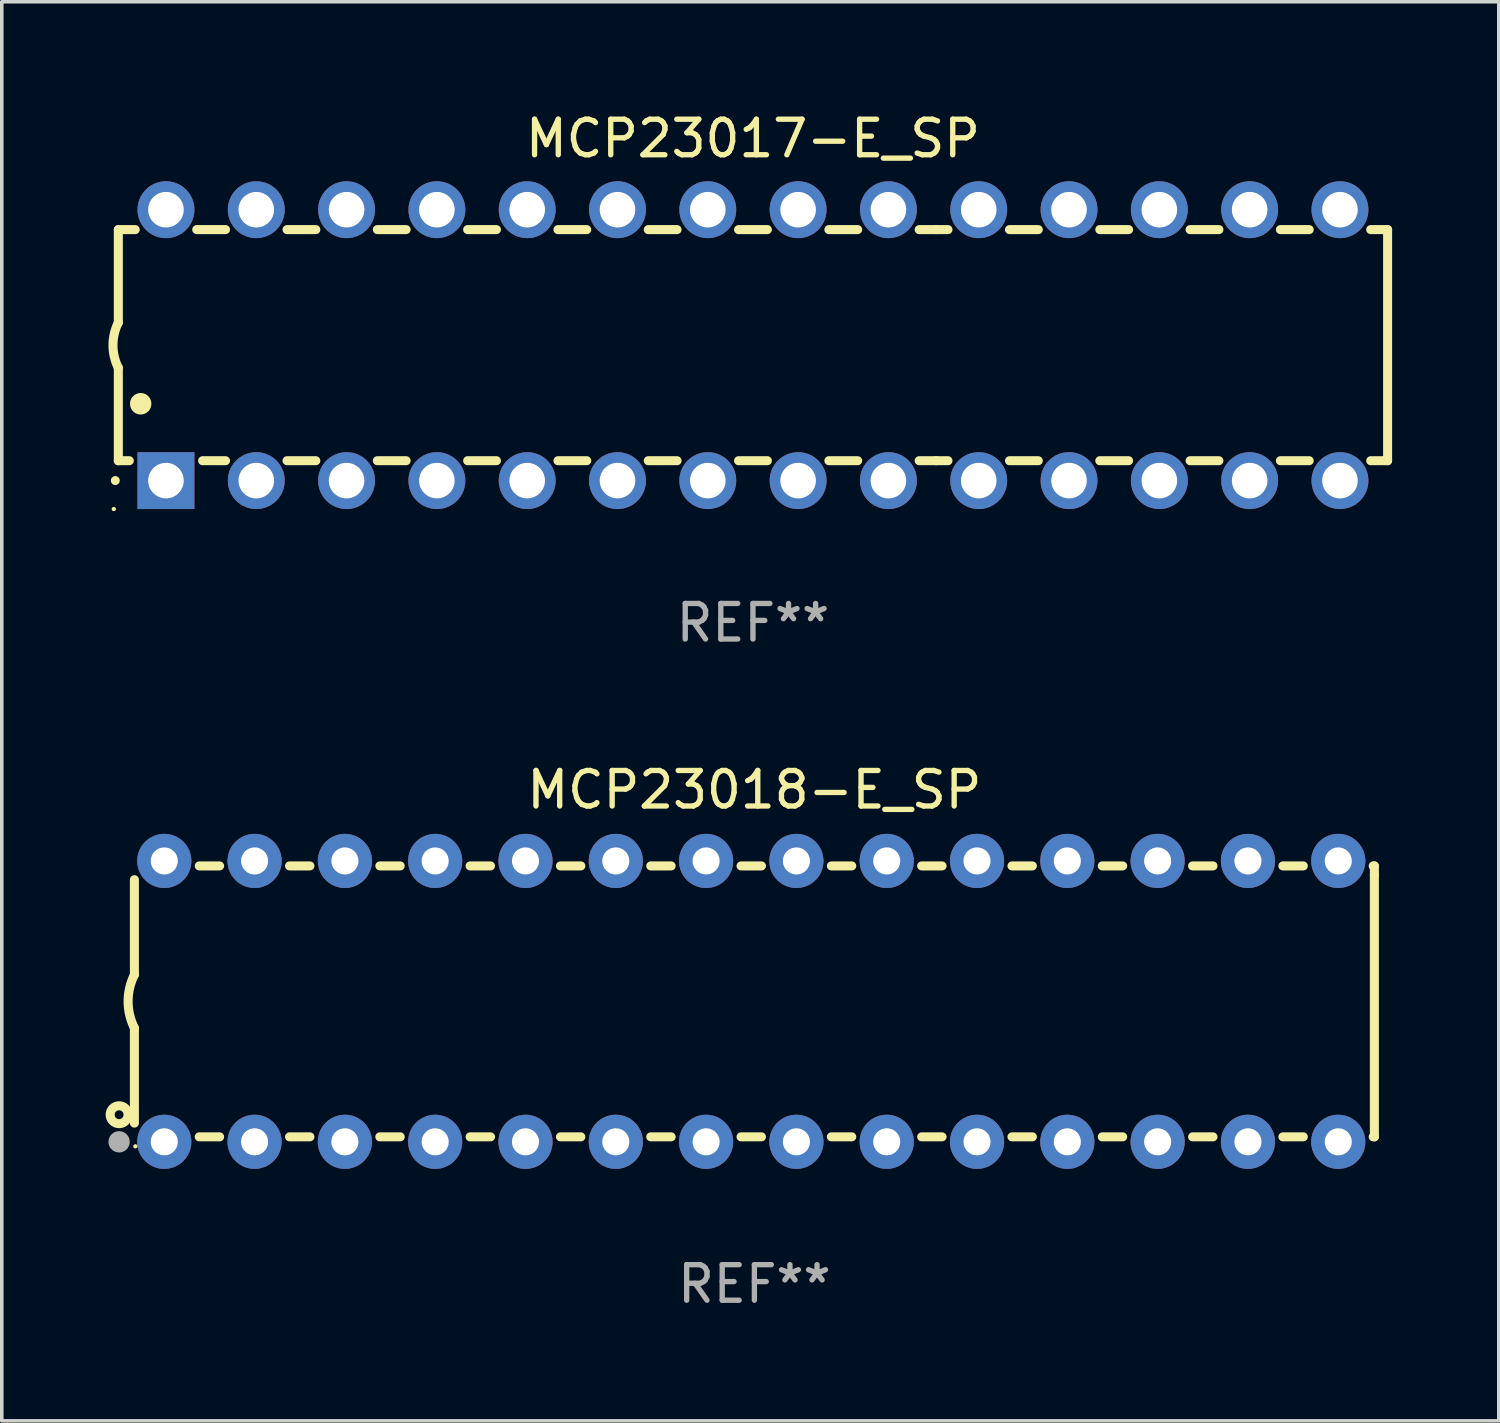
<source format=kicad_pcb>
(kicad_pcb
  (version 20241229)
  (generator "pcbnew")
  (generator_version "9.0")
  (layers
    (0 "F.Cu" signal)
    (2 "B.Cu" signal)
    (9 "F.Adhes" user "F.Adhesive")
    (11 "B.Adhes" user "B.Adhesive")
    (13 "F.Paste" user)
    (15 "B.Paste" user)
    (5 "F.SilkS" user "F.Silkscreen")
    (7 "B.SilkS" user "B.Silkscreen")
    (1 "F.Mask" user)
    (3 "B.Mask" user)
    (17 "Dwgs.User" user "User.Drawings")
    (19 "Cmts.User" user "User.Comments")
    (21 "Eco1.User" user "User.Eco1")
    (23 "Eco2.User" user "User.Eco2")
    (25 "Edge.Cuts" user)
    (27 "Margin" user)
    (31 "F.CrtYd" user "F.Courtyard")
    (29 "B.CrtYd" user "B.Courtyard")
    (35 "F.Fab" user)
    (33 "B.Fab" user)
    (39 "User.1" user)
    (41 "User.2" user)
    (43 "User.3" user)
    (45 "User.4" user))
  (footprint "MCP23017-E_SP"
    (layer "F.Cu")
    (at 18.128 6.658)
    (property "Reference" "MCP23017-E_SP" (at 0 -5.81 0) (layer "F.SilkS") (effects (font (size 1 1) (thickness 0.15))))
    (attr through_hole)
    (fp_line (start -17.85 -3.25) (end -17.85 -0.635) (stroke (width 0.254) (type solid)) (layer "F.SilkS"))
    (fp_line (start -17.85 3.25) (end -17.85 0.635) (stroke (width 0.254) (type solid)) (layer "F.SilkS"))
    (fp_line (start -17.85 3.25) (end -17.541 3.25) (stroke (width 0.254) (type solid)) (layer "F.SilkS"))
    (fp_line (start -17.375 -3.25) (end -17.85 -3.25) (stroke (width 0.254) (type solid)) (layer "F.SilkS"))
    (fp_line (start -15.479 3.25) (end -14.835 3.25) (stroke (width 0.254) (type solid)) (layer "F.SilkS"))
    (fp_line (start -14.835 -3.25) (end -15.645 -3.25) (stroke (width 0.254) (type solid)) (layer "F.SilkS"))
    (fp_line (start -13.105 3.25) (end -12.295 3.25) (stroke (width 0.254) (type solid)) (layer "F.SilkS"))
    (fp_line (start -12.295 -3.25) (end -13.105 -3.25) (stroke (width 0.254) (type solid)) (layer "F.SilkS"))
    (fp_line (start -10.565 3.25) (end -9.755 3.25) (stroke (width 0.254) (type solid)) (layer "F.SilkS"))
    (fp_line (start -9.755 -3.25) (end -10.565 -3.25) (stroke (width 0.254) (type solid)) (layer "F.SilkS"))
    (fp_line (start -8.025 3.25) (end -7.215 3.25) (stroke (width 0.254) (type solid)) (layer "F.SilkS"))
    (fp_line (start -7.215 -3.25) (end -8.025 -3.25) (stroke (width 0.254) (type solid)) (layer "F.SilkS"))
    (fp_line (start -5.485 3.25) (end -4.675 3.25) (stroke (width 0.254) (type solid)) (layer "F.SilkS"))
    (fp_line (start -4.675 -3.25) (end -5.485 -3.25) (stroke (width 0.254) (type solid)) (layer "F.SilkS"))
    (fp_line (start -2.945 3.25) (end -2.135 3.25) (stroke (width 0.254) (type solid)) (layer "F.SilkS"))
    (fp_line (start -2.135 -3.25) (end -2.945 -3.25) (stroke (width 0.254) (type solid)) (layer "F.SilkS"))
    (fp_line (start -0.405 3.25) (end 0.405 3.25) (stroke (width 0.254) (type solid)) (layer "F.SilkS"))
    (fp_line (start 0.405 -3.25) (end -0.405 -3.25) (stroke (width 0.254) (type solid)) (layer "F.SilkS"))
    (fp_line (start 2.135 3.25) (end 2.945 3.25) (stroke (width 0.254) (type solid)) (layer "F.SilkS"))
    (fp_line (start 2.945 -3.25) (end 2.135 -3.25) (stroke (width 0.254) (type solid)) (layer "F.SilkS"))
    (fp_line (start 4.675 3.25) (end 5.15 3.25) (stroke (width 0.254) (type solid)) (layer "F.SilkS"))
    (fp_line (start 5.15 -3.25) (end 4.675 -3.25) (stroke (width 0.254) (type solid)) (layer "F.SilkS"))
    (fp_line (start 5.15 -3.25) (end 5.485 -3.25) (stroke (width 0.254) (type solid)) (layer "F.SilkS"))
    (fp_line (start 5.15 3.25) (end 5.485 3.25) (stroke (width 0.254) (type solid)) (layer "F.SilkS"))
    (fp_line (start 7.215 -3.25) (end 8.025 -3.25) (stroke (width 0.254) (type solid)) (layer "F.SilkS"))
    (fp_line (start 7.215 3.25) (end 8.025 3.25) (stroke (width 0.254) (type solid)) (layer "F.SilkS"))
    (fp_line (start 9.755 -3.25) (end 10.565 -3.25) (stroke (width 0.254) (type solid)) (layer "F.SilkS"))
    (fp_line (start 9.755 3.25) (end 10.565 3.25) (stroke (width 0.254) (type solid)) (layer "F.SilkS"))
    (fp_line (start 12.295 -3.25) (end 13.105 -3.25) (stroke (width 0.254) (type solid)) (layer "F.SilkS"))
    (fp_line (start 12.295 3.25) (end 13.105 3.25) (stroke (width 0.254) (type solid)) (layer "F.SilkS"))
    (fp_line (start 14.835 -3.25) (end 15.645 -3.25) (stroke (width 0.254) (type solid)) (layer "F.SilkS"))
    (fp_line (start 14.835 3.25) (end 15.645 3.25) (stroke (width 0.254) (type solid)) (layer "F.SilkS"))
    (fp_line (start 17.375 -3.25) (end 17.85 -3.25) (stroke (width 0.254) (type solid)) (layer "F.SilkS"))
    (fp_line (start 17.375 3.25) (end 17.85 3.25) (stroke (width 0.254) (type solid)) (layer "F.SilkS"))
    (fp_line (start 17.85 -3.25) (end 17.85 3.25) (stroke (width 0.254) (type solid)) (layer "F.SilkS"))
    (fp_arc (start -17.934976 3.810008) (mid -17.934983 3.808738) (end -17.934976 3.807468) (stroke (width 0.25) (type solid)) (layer "F.SilkS"))
    (fp_arc (start -17.851155 0.635002) (mid -18.000677 -0.000132) (end -17.850038 -0.635001) (stroke (width 0.254001) (type solid)) (layer "F.SilkS"))
    (fp_arc (start -17.221234 1.651003) (mid -17.221245 1.648463) (end -17.221234 1.645923) (stroke (width 0.6) (type solid)) (layer "F.SilkS"))
    (fp_circle (center -17.977 4.61) (end -17.947 4.61) (stroke (width 0.06) (type solid)) (fill no) (layer "F.SilkS"))
    (fp_text user "REF**" (at 0 7.81 0) (layer "F.Fab") (effects (font (size 1 1) (thickness 0.15))))
    (pad "1" thru_hole rect (at -16.51 3.81 90) (size 1.6 1.6) (drill 1) (layers "*.Cu" "*.Mask"))
    (pad "2" thru_hole circle (at -13.97 3.81 90) (size 1.6 1.6) (drill 1) (layers "*.Cu" "*.Mask"))
    (pad "3" thru_hole circle (at -11.43 3.81 90) (size 1.6 1.6) (drill 1) (layers "*.Cu" "*.Mask"))
    (pad "4" thru_hole circle (at -8.89 3.81 90) (size 1.6 1.6) (drill 1) (layers "*.Cu" "*.Mask"))
    (pad "5" thru_hole circle (at -6.35 3.81 90) (size 1.6 1.6) (drill 1) (layers "*.Cu" "*.Mask"))
    (pad "6" thru_hole circle (at -3.81 3.81 90) (size 1.6 1.6) (drill 1) (layers "*.Cu" "*.Mask"))
    (pad "7" thru_hole circle (at -1.27 3.81 90) (size 1.6 1.6) (drill 1) (layers "*.Cu" "*.Mask"))
    (pad "8" thru_hole circle (at 1.27 3.81 90) (size 1.6 1.6) (drill 1) (layers "*.Cu" "*.Mask"))
    (pad "9" thru_hole circle (at 3.81 3.81 90) (size 1.6 1.6) (drill 1) (layers "*.Cu" "*.Mask"))
    (pad "10" thru_hole circle (at 6.35 3.81 90) (size 1.6 1.6) (drill 1) (layers "*.Cu" "*.Mask"))
    (pad "11" thru_hole circle (at 8.89 3.81 90) (size 1.6 1.6) (drill 1) (layers "*.Cu" "*.Mask"))
    (pad "12" thru_hole circle (at 11.43 3.81 90) (size 1.6 1.6) (drill 1) (layers "*.Cu" "*.Mask"))
    (pad "13" thru_hole circle (at 13.97 3.81 90) (size 1.6 1.6) (drill 1) (layers "*.Cu" "*.Mask"))
    (pad "14" thru_hole circle (at 16.51 3.81 90) (size 1.6 1.6) (drill 1) (layers "*.Cu" "*.Mask"))
    (pad "15" thru_hole circle (at 16.51 -3.81 90) (size 1.6 1.6) (drill 1) (layers "*.Cu" "*.Mask"))
    (pad "16" thru_hole circle (at 13.97 -3.81 90) (size 1.6 1.6) (drill 1) (layers "*.Cu" "*.Mask"))
    (pad "17" thru_hole circle (at 11.43 -3.81 90) (size 1.6 1.6) (drill 1) (layers "*.Cu" "*.Mask"))
    (pad "18" thru_hole circle (at 8.89 -3.81 90) (size 1.6 1.6) (drill 1) (layers "*.Cu" "*.Mask"))
    (pad "19" thru_hole circle (at 6.35 -3.81 90) (size 1.6 1.6) (drill 1) (layers "*.Cu" "*.Mask"))
    (pad "20" thru_hole circle (at 3.81 -3.81 90) (size 1.6 1.6) (drill 1) (layers "*.Cu" "*.Mask"))
    (pad "21" thru_hole circle (at 1.27 -3.81 90) (size 1.6 1.6) (drill 1) (layers "*.Cu" "*.Mask"))
    (pad "22" thru_hole circle (at -1.27 -3.81 90) (size 1.6 1.6) (drill 1) (layers "*.Cu" "*.Mask"))
    (pad "23" thru_hole circle (at -3.81 -3.81 90) (size 1.6 1.6) (drill 1) (layers "*.Cu" "*.Mask"))
    (pad "24" thru_hole circle (at -6.35 -3.81 90) (size 1.6 1.6) (drill 1) (layers "*.Cu" "*.Mask"))
    (pad "25" thru_hole circle (at -8.89 -3.81 90) (size 1.6 1.6) (drill 1) (layers "*.Cu" "*.Mask"))
    (pad "26" thru_hole circle (at -11.43 -3.81 90) (size 1.6 1.6) (drill 1) (layers "*.Cu" "*.Mask"))
    (pad "27" thru_hole circle (at -13.97 -3.81 90) (size 1.6 1.6) (drill 1) (layers "*.Cu" "*.Mask"))
    (pad "28" thru_hole circle (at -16.51 -3.81 90) (size 1.6 1.6) (drill 1) (layers "*.Cu" "*.Mask")))
  (footprint "MCP23018-E_SP"
    (layer "F.Cu")
    (at 18.168 25.115)
    (property "Reference" "MCP23018-E_SP" (at 0 -5.95 0) (layer "F.SilkS") (effects (font (size 1 1) (thickness 0.15))))
    (attr through_hole)
    (fp_line (start -17.438 0.75) (end -17.438 3.423) (stroke (width 0.254) (type solid)) (layer "F.SilkS"))
    (fp_line (start -17.438 -3.423) (end -17.438 -0.75) (stroke (width 0.254) (type solid)) (layer "F.SilkS"))
    (fp_line (start -15.615 3.81) (end -15.041 3.81) (stroke (width 0.254) (type solid)) (layer "F.SilkS"))
    (fp_line (start -15.041 -3.81) (end -15.614 -3.81) (stroke (width 0.254) (type solid)) (layer "F.SilkS"))
    (fp_line (start -13.075 3.81) (end -12.501 3.81) (stroke (width 0.254) (type solid)) (layer "F.SilkS"))
    (fp_line (start -12.501 -3.81) (end -13.074 -3.81) (stroke (width 0.254) (type solid)) (layer "F.SilkS"))
    (fp_line (start -10.535 3.81) (end -9.961 3.81) (stroke (width 0.254) (type solid)) (layer "F.SilkS"))
    (fp_line (start -9.961 -3.81) (end -10.534 -3.81) (stroke (width 0.254) (type solid)) (layer "F.SilkS"))
    (fp_line (start -7.995 3.81) (end -7.421 3.81) (stroke (width 0.254) (type solid)) (layer "F.SilkS"))
    (fp_line (start -7.421 -3.81) (end -7.995 -3.81) (stroke (width 0.254) (type solid)) (layer "F.SilkS"))
    (fp_line (start -5.455 3.81) (end -4.881 3.81) (stroke (width 0.254) (type solid)) (layer "F.SilkS"))
    (fp_line (start -4.881 -3.81) (end -5.455 -3.81) (stroke (width 0.254) (type solid)) (layer "F.SilkS"))
    (fp_line (start -2.915 3.81) (end -2.341 3.81) (stroke (width 0.254) (type solid)) (layer "F.SilkS"))
    (fp_line (start -2.341 -3.81) (end -2.915 -3.81) (stroke (width 0.254) (type solid)) (layer "F.SilkS"))
    (fp_line (start -0.375 3.81) (end 0.199 3.81) (stroke (width 0.254) (type solid)) (layer "F.SilkS"))
    (fp_line (start 0.199 -3.81) (end -0.375 -3.81) (stroke (width 0.254) (type solid)) (layer "F.SilkS"))
    (fp_line (start 2.165 3.81) (end 2.739 3.81) (stroke (width 0.254) (type solid)) (layer "F.SilkS"))
    (fp_line (start 2.739 -3.81) (end 2.165 -3.81) (stroke (width 0.254) (type solid)) (layer "F.SilkS"))
    (fp_line (start 4.705 3.81) (end 5.279 3.81) (stroke (width 0.254) (type solid)) (layer "F.SilkS"))
    (fp_line (start 5.279 -3.81) (end 4.705 -3.81) (stroke (width 0.254) (type solid)) (layer "F.SilkS"))
    (fp_line (start 7.245 3.81) (end 7.819 3.81) (stroke (width 0.254) (type solid)) (layer "F.SilkS"))
    (fp_line (start 7.819 -3.81) (end 7.245 -3.81) (stroke (width 0.254) (type solid)) (layer "F.SilkS"))
    (fp_line (start 9.785 3.81) (end 10.359 3.81) (stroke (width 0.254) (type solid)) (layer "F.SilkS"))
    (fp_line (start 10.359 -3.81) (end 9.785 -3.81) (stroke (width 0.254) (type solid)) (layer "F.SilkS"))
    (fp_line (start 12.325 3.81) (end 12.899 3.81) (stroke (width 0.254) (type solid)) (layer "F.SilkS"))
    (fp_line (start 12.899 -3.81) (end 12.325 -3.81) (stroke (width 0.254) (type solid)) (layer "F.SilkS"))
    (fp_line (start 14.865 3.81) (end 15.439 3.81) (stroke (width 0.254) (type solid)) (layer "F.SilkS"))
    (fp_line (start 15.439 -3.81) (end 14.865 -3.81) (stroke (width 0.254) (type solid)) (layer "F.SilkS"))
    (fp_line (start 17.405 3.81) (end 17.438 3.81) (stroke (width 0.254) (type solid)) (layer "F.SilkS"))
    (fp_line (start 17.438 -3.81) (end 17.405 -3.81) (stroke (width 0.254) (type solid)) (layer "F.SilkS"))
    (fp_line (start 17.438 -3.556) (end 17.438 -3.81) (stroke (width 0.254) (type solid)) (layer "F.SilkS"))
    (fp_line (start 17.438 3.81) (end 17.438 -3.556) (stroke (width 0.254) (type solid)) (layer "F.SilkS"))
    (fp_arc (start -17.437986 0.749657) (mid -17.614887 -0.000024) (end -17.437783 -0.749657) (stroke (width 0.254001) (type solid)) (layer "F.SilkS"))
    (fp_circle (center -17.868 3.188) (end -17.743 3.188) (stroke (width 0.254) (type solid)) (fill no) (layer "F.SilkS"))
    (fp_circle (center -17.411 4.077) (end -17.381 4.077) (stroke (width 0.06) (type solid)) (fill no) (layer "F.SilkS"))
    (fp_circle (center -17.868 3.95) (end -17.718 3.95) (stroke (width 0.3) (type solid)) (fill no) (layer "F.Fab"))
    (fp_text user "REF**" (at 0 7.95 0) (layer "F.Fab") (effects (font (size 1 1) (thickness 0.15))))
    (pad "1" thru_hole circle (at -16.598 3.95) (size 1.524 1.524) (drill 0.762) (layers "*.Cu" "*.Mask"))
    (pad "2" thru_hole circle (at -14.058 3.95) (size 1.524 1.524) (drill 0.762) (layers "*.Cu" "*.Mask"))
    (pad "3" thru_hole circle (at -11.518 3.95) (size 1.524 1.524) (drill 0.762) (layers "*.Cu" "*.Mask"))
    (pad "4" thru_hole circle (at -8.978 3.95) (size 1.524 1.524) (drill 0.762) (layers "*.Cu" "*.Mask"))
    (pad "5" thru_hole circle (at -6.438 3.95) (size 1.524 1.524) (drill 0.762) (layers "*.Cu" "*.Mask"))
    (pad "6" thru_hole circle (at -3.898 3.95) (size 1.524 1.524) (drill 0.762) (layers "*.Cu" "*.Mask"))
    (pad "7" thru_hole circle (at -1.358 3.95) (size 1.524 1.524) (drill 0.762) (layers "*.Cu" "*.Mask"))
    (pad "8" thru_hole circle (at 1.182 3.95) (size 1.524 1.524) (drill 0.762) (layers "*.Cu" "*.Mask"))
    (pad "9" thru_hole circle (at 3.722 3.95) (size 1.524 1.524) (drill 0.762) (layers "*.Cu" "*.Mask"))
    (pad "10" thru_hole circle (at 6.262 3.95) (size 1.524 1.524) (drill 0.762) (layers "*.Cu" "*.Mask"))
    (pad "11" thru_hole circle (at 8.802 3.95) (size 1.524 1.524) (drill 0.762) (layers "*.Cu" "*.Mask"))
    (pad "12" thru_hole circle (at 11.342 3.95) (size 1.524 1.524) (drill 0.762) (layers "*.Cu" "*.Mask"))
    (pad "13" thru_hole circle (at 13.882 3.95) (size 1.524 1.524) (drill 0.762) (layers "*.Cu" "*.Mask"))
    (pad "14" thru_hole circle (at 16.422 3.95) (size 1.524 1.524) (drill 0.762) (layers "*.Cu" "*.Mask"))
    (pad "15" thru_hole circle (at 16.422 -3.95) (size 1.524 1.524) (drill 0.762) (layers "*.Cu" "*.Mask"))
    (pad "16" thru_hole circle (at 13.882 -3.95) (size 1.524 1.524) (drill 0.762) (layers "*.Cu" "*.Mask"))
    (pad "17" thru_hole circle (at 11.342 -3.95) (size 1.524 1.524) (drill 0.762) (layers "*.Cu" "*.Mask"))
    (pad "18" thru_hole circle (at 8.802 -3.95) (size 1.524 1.524) (drill 0.762) (layers "*.Cu" "*.Mask"))
    (pad "19" thru_hole circle (at 6.262 -3.95) (size 1.524 1.524) (drill 0.762) (layers "*.Cu" "*.Mask"))
    (pad "20" thru_hole circle (at 3.722 -3.95) (size 1.524 1.524) (drill 0.762) (layers "*.Cu" "*.Mask"))
    (pad "21" thru_hole circle (at 1.182 -3.95) (size 1.524 1.524) (drill 0.762) (layers "*.Cu" "*.Mask"))
    (pad "22" thru_hole circle (at -1.358 -3.95) (size 1.524 1.524) (drill 0.762) (layers "*.Cu" "*.Mask"))
    (pad "23" thru_hole circle (at -3.898 -3.95) (size 1.524 1.524) (drill 0.762) (layers "*.Cu" "*.Mask"))
    (pad "24" thru_hole circle (at -6.438 -3.95) (size 1.524 1.524) (drill 0.762) (layers "*.Cu" "*.Mask"))
    (pad "25" thru_hole circle (at -8.978 -3.95) (size 1.524 1.524) (drill 0.762) (layers "*.Cu" "*.Mask"))
    (pad "26" thru_hole circle (at -11.517 -3.95) (size 1.524 1.524) (drill 0.762) (layers "*.Cu" "*.Mask"))
    (pad "27" thru_hole circle (at -14.057 -3.95) (size 1.524 1.524) (drill 0.762) (layers "*.Cu" "*.Mask"))
    (pad "28" thru_hole circle (at -16.597 -3.95) (size 1.524 1.524) (drill 0.762) (layers "*.Cu" "*.Mask")))
  (gr_rect
    (start -3 -3)
    (end 39.105 36.913)
    (stroke (width 0.1) (type default))
    (fill no)
    (layer "Edge.Cuts")))
</source>
